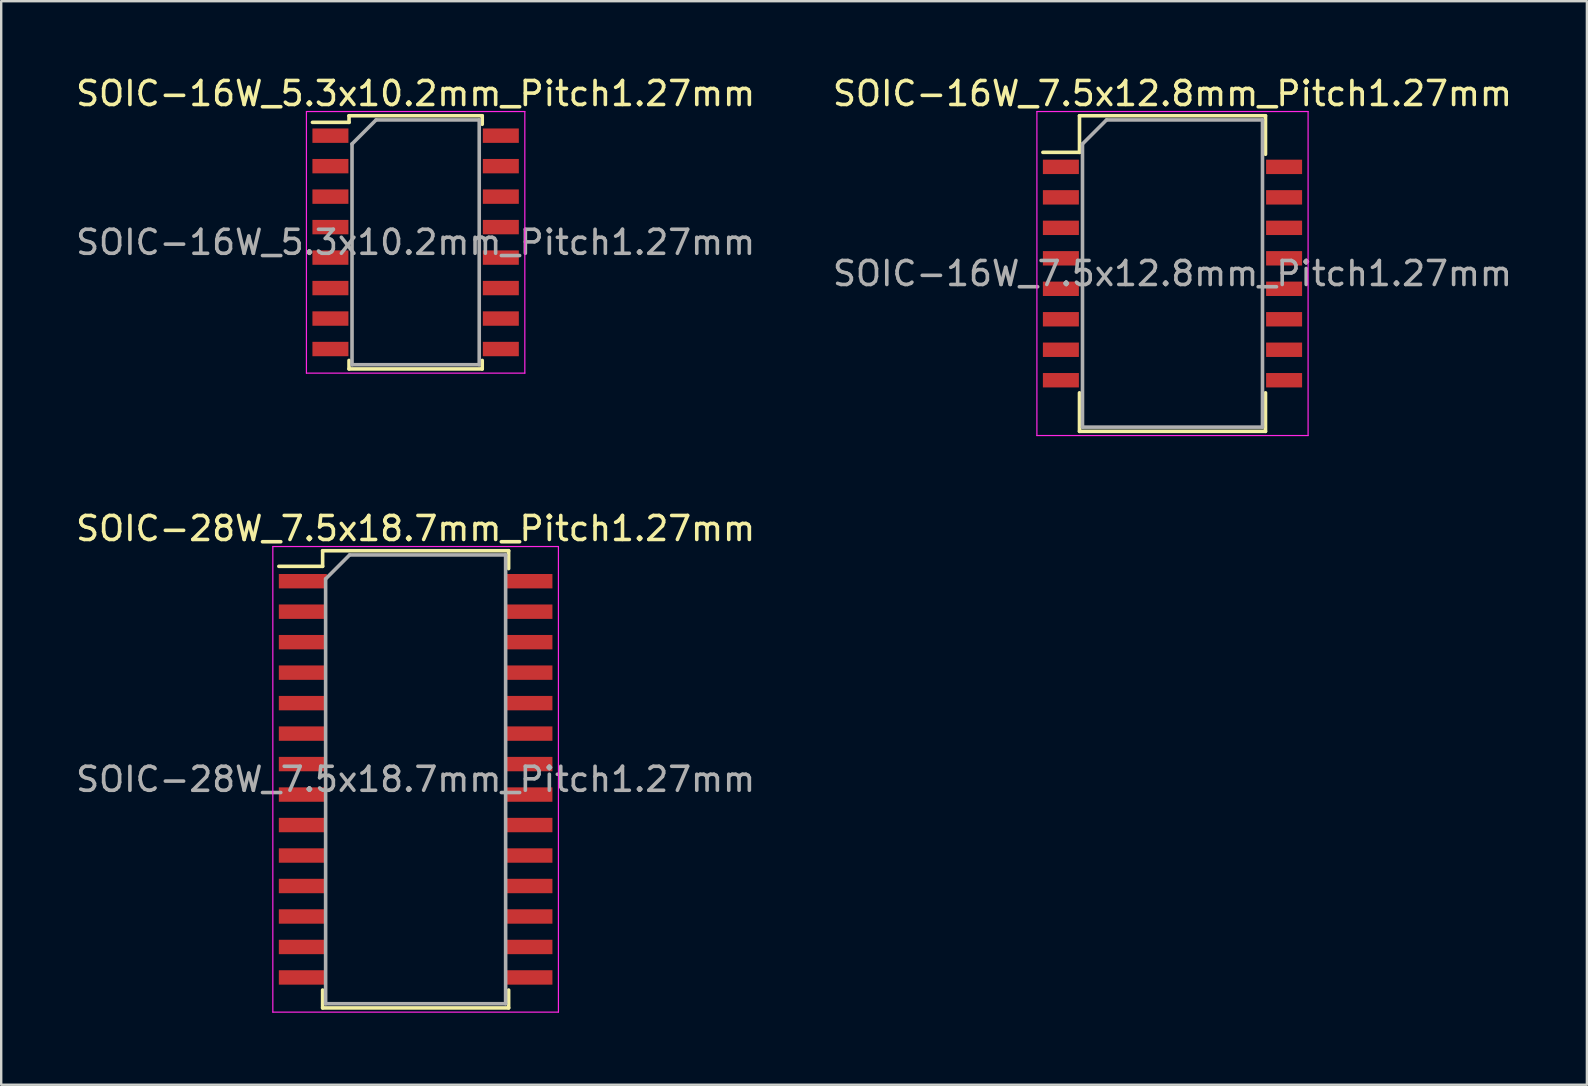
<source format=kicad_pcb>
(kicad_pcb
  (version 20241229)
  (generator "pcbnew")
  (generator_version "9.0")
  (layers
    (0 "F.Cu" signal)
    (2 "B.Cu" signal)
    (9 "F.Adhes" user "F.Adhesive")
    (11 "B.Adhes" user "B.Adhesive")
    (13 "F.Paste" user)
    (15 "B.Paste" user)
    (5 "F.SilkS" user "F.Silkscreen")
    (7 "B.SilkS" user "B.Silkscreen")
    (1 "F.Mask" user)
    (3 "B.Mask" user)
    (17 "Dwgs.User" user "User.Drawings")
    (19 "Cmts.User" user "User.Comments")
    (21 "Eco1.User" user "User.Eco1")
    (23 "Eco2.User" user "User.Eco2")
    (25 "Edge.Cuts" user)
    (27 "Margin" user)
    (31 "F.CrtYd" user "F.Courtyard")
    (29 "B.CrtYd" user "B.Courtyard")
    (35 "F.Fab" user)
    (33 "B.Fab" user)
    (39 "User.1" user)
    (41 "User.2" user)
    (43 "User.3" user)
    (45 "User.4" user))
  (footprint "SOIC-28W_7.5x18.7mm_Pitch1.27mm"
    (layer "F.Cu")
    (at 14.268 29.422)
    (property "Reference" "SOIC-28W_7.5x18.7mm_Pitch1.27mm" (at 0 -10.45 0) (layer "F.SilkS") (effects (font (size 1 1) (thickness 0.15))))
    (attr smd)
    (fp_line (start -3.875 -9.525) (end -3.875 -8.875) (stroke (width 0.15) (type solid)) (layer "F.SilkS"))
    (fp_line (start -3.875 -9.525) (end 3.875 -9.525) (stroke (width 0.15) (type solid)) (layer "F.SilkS"))
    (fp_line (start -3.875 -8.875) (end -5.7 -8.875) (stroke (width 0.15) (type solid)) (layer "F.SilkS"))
    (fp_line (start -3.875 9.525) (end -3.875 8.78) (stroke (width 0.15) (type solid)) (layer "F.SilkS"))
    (fp_line (start -3.875 9.525) (end 3.875 9.525) (stroke (width 0.15) (type solid)) (layer "F.SilkS"))
    (fp_line (start 3.875 -9.525) (end 3.875 -8.78) (stroke (width 0.15) (type solid)) (layer "F.SilkS"))
    (fp_line (start 3.875 9.525) (end 3.875 8.78) (stroke (width 0.15) (type solid)) (layer "F.SilkS"))
    (fp_line (start -5.95 -9.7) (end -5.95 9.7) (stroke (width 0.05) (type solid)) (layer "F.CrtYd"))
    (fp_line (start -5.95 -9.7) (end 5.95 -9.7) (stroke (width 0.05) (type solid)) (layer "F.CrtYd"))
    (fp_line (start -5.95 9.7) (end 5.95 9.7) (stroke (width 0.05) (type solid)) (layer "F.CrtYd"))
    (fp_line (start 5.95 -9.7) (end 5.95 9.7) (stroke (width 0.05) (type solid)) (layer "F.CrtYd"))
    (fp_line (start -3.75 -8.35) (end -2.75 -9.35) (stroke (width 0.15) (type solid)) (layer "F.Fab"))
    (fp_line (start -3.75 9.35) (end -3.75 -8.35) (stroke (width 0.15) (type solid)) (layer "F.Fab"))
    (fp_line (start -2.75 -9.35) (end 3.75 -9.35) (stroke (width 0.15) (type solid)) (layer "F.Fab"))
    (fp_line (start 3.75 -9.35) (end 3.75 9.35) (stroke (width 0.15) (type solid)) (layer "F.Fab"))
    (fp_line (start 3.75 9.35) (end -3.75 9.35) (stroke (width 0.15) (type solid)) (layer "F.Fab"))
    (fp_text user "${REFERENCE}" (at 0 0 0) (layer "F.Fab") (effects (font (size 1 1) (thickness 0.15))))
    (pad "1" smd rect (at -4.7 -8.255) (size 2 0.6) (layers "F.Cu" "F.Mask" "F.Paste"))
    (pad "2" smd rect (at -4.7 -6.985) (size 2 0.6) (layers "F.Cu" "F.Mask" "F.Paste"))
    (pad "3" smd rect (at -4.7 -5.715) (size 2 0.6) (layers "F.Cu" "F.Mask" "F.Paste"))
    (pad "4" smd rect (at -4.7 -4.445) (size 2 0.6) (layers "F.Cu" "F.Mask" "F.Paste"))
    (pad "5" smd rect (at -4.7 -3.175) (size 2 0.6) (layers "F.Cu" "F.Mask" "F.Paste"))
    (pad "6" smd rect (at -4.7 -1.905) (size 2 0.6) (layers "F.Cu" "F.Mask" "F.Paste"))
    (pad "7" smd rect (at -4.7 -0.635) (size 2 0.6) (layers "F.Cu" "F.Mask" "F.Paste"))
    (pad "8" smd rect (at -4.7 0.635) (size 2 0.6) (layers "F.Cu" "F.Mask" "F.Paste"))
    (pad "9" smd rect (at -4.7 1.905) (size 2 0.6) (layers "F.Cu" "F.Mask" "F.Paste"))
    (pad "10" smd rect (at -4.7 3.175) (size 2 0.6) (layers "F.Cu" "F.Mask" "F.Paste"))
    (pad "11" smd rect (at -4.7 4.445) (size 2 0.6) (layers "F.Cu" "F.Mask" "F.Paste"))
    (pad "12" smd rect (at -4.7 5.715) (size 2 0.6) (layers "F.Cu" "F.Mask" "F.Paste"))
    (pad "13" smd rect (at -4.7 6.985) (size 2 0.6) (layers "F.Cu" "F.Mask" "F.Paste"))
    (pad "14" smd rect (at -4.7 8.255) (size 2 0.6) (layers "F.Cu" "F.Mask" "F.Paste"))
    (pad "15" smd rect (at 4.7 8.255) (size 2 0.6) (layers "F.Cu" "F.Mask" "F.Paste"))
    (pad "16" smd rect (at 4.7 6.985) (size 2 0.6) (layers "F.Cu" "F.Mask" "F.Paste"))
    (pad "17" smd rect (at 4.7 5.715) (size 2 0.6) (layers "F.Cu" "F.Mask" "F.Paste"))
    (pad "18" smd rect (at 4.7 4.445) (size 2 0.6) (layers "F.Cu" "F.Mask" "F.Paste"))
    (pad "19" smd rect (at 4.7 3.175) (size 2 0.6) (layers "F.Cu" "F.Mask" "F.Paste"))
    (pad "20" smd rect (at 4.7 1.905) (size 2 0.6) (layers "F.Cu" "F.Mask" "F.Paste"))
    (pad "21" smd rect (at 4.7 0.635) (size 2 0.6) (layers "F.Cu" "F.Mask" "F.Paste"))
    (pad "22" smd rect (at 4.7 -0.635) (size 2 0.6) (layers "F.Cu" "F.Mask" "F.Paste"))
    (pad "23" smd rect (at 4.7 -1.905) (size 2 0.6) (layers "F.Cu" "F.Mask" "F.Paste"))
    (pad "24" smd rect (at 4.7 -3.175) (size 2 0.6) (layers "F.Cu" "F.Mask" "F.Paste"))
    (pad "25" smd rect (at 4.7 -4.445) (size 2 0.6) (layers "F.Cu" "F.Mask" "F.Paste"))
    (pad "26" smd rect (at 4.7 -5.715) (size 2 0.6) (layers "F.Cu" "F.Mask" "F.Paste"))
    (pad "27" smd rect (at 4.7 -6.985) (size 2 0.6) (layers "F.Cu" "F.Mask" "F.Paste"))
    (pad "28" smd rect (at 4.7 -8.255) (size 2 0.6) (layers "F.Cu" "F.Mask" "F.Paste")))
  (footprint "SOIC-16W_5.3x10.2mm_Pitch1.27mm"
    (layer "F.Cu")
    (at 14.268 7.048)
    (property "Reference" "SOIC-16W_5.3x10.2mm_Pitch1.27mm" (at 0 -6.2 0) (layer "F.SilkS") (effects (font (size 1 1) (thickness 0.15))))
    (attr smd)
    (fp_line (start -2.775 -5.275) (end -2.775 -5) (stroke (width 0.15) (type solid)) (layer "F.SilkS"))
    (fp_line (start -2.775 -5.275) (end 2.775 -5.275) (stroke (width 0.15) (type solid)) (layer "F.SilkS"))
    (fp_line (start -2.775 -5) (end -4.3 -5) (stroke (width 0.15) (type solid)) (layer "F.SilkS"))
    (fp_line (start -2.775 5.275) (end -2.775 4.92) (stroke (width 0.15) (type solid)) (layer "F.SilkS"))
    (fp_line (start -2.775 5.275) (end 2.775 5.275) (stroke (width 0.15) (type solid)) (layer "F.SilkS"))
    (fp_line (start 2.775 -5.275) (end 2.775 -4.92) (stroke (width 0.15) (type solid)) (layer "F.SilkS"))
    (fp_line (start 2.775 5.275) (end 2.775 4.92) (stroke (width 0.15) (type solid)) (layer "F.SilkS"))
    (fp_line (start -4.55 -5.45) (end -4.55 5.45) (stroke (width 0.05) (type solid)) (layer "F.CrtYd"))
    (fp_line (start -4.55 -5.45) (end 4.55 -5.45) (stroke (width 0.05) (type solid)) (layer "F.CrtYd"))
    (fp_line (start -4.55 5.45) (end 4.55 5.45) (stroke (width 0.05) (type solid)) (layer "F.CrtYd"))
    (fp_line (start 4.55 -5.45) (end 4.55 5.45) (stroke (width 0.05) (type solid)) (layer "F.CrtYd"))
    (fp_line (start -2.65 -4.1) (end -1.65 -5.1) (stroke (width 0.15) (type solid)) (layer "F.Fab"))
    (fp_line (start -2.65 5.1) (end -2.65 -4.1) (stroke (width 0.15) (type solid)) (layer "F.Fab"))
    (fp_line (start -1.65 -5.1) (end 2.65 -5.1) (stroke (width 0.15) (type solid)) (layer "F.Fab"))
    (fp_line (start 2.65 -5.1) (end 2.65 5.1) (stroke (width 0.15) (type solid)) (layer "F.Fab"))
    (fp_line (start 2.65 5.1) (end -2.65 5.1) (stroke (width 0.15) (type solid)) (layer "F.Fab"))
    (fp_text user "${REFERENCE}" (at 0 0 0) (layer "F.Fab") (effects (font (size 1 1) (thickness 0.15))))
    (pad "1" smd rect (at -3.55 -4.445) (size 1.5 0.6) (layers "F.Cu" "F.Mask" "F.Paste"))
    (pad "2" smd rect (at -3.55 -3.175) (size 1.5 0.6) (layers "F.Cu" "F.Mask" "F.Paste"))
    (pad "3" smd rect (at -3.55 -1.905) (size 1.5 0.6) (layers "F.Cu" "F.Mask" "F.Paste"))
    (pad "4" smd rect (at -3.55 -0.635) (size 1.5 0.6) (layers "F.Cu" "F.Mask" "F.Paste"))
    (pad "5" smd rect (at -3.55 0.635) (size 1.5 0.6) (layers "F.Cu" "F.Mask" "F.Paste"))
    (pad "6" smd rect (at -3.55 1.905) (size 1.5 0.6) (layers "F.Cu" "F.Mask" "F.Paste"))
    (pad "7" smd rect (at -3.55 3.175) (size 1.5 0.6) (layers "F.Cu" "F.Mask" "F.Paste"))
    (pad "8" smd rect (at -3.55 4.445) (size 1.5 0.6) (layers "F.Cu" "F.Mask" "F.Paste"))
    (pad "9" smd rect (at 3.55 4.445) (size 1.5 0.6) (layers "F.Cu" "F.Mask" "F.Paste"))
    (pad "10" smd rect (at 3.55 3.175) (size 1.5 0.6) (layers "F.Cu" "F.Mask" "F.Paste"))
    (pad "11" smd rect (at 3.55 1.905) (size 1.5 0.6) (layers "F.Cu" "F.Mask" "F.Paste"))
    (pad "12" smd rect (at 3.55 0.635) (size 1.5 0.6) (layers "F.Cu" "F.Mask" "F.Paste"))
    (pad "13" smd rect (at 3.55 -0.635) (size 1.5 0.6) (layers "F.Cu" "F.Mask" "F.Paste"))
    (pad "14" smd rect (at 3.55 -1.905) (size 1.5 0.6) (layers "F.Cu" "F.Mask" "F.Paste"))
    (pad "15" smd rect (at 3.55 -3.175) (size 1.5 0.6) (layers "F.Cu" "F.Mask" "F.Paste"))
    (pad "16" smd rect (at 3.55 -4.445) (size 1.5 0.6) (layers "F.Cu" "F.Mask" "F.Paste")))
  (footprint "SOIC-16W_7.5x12.8mm_Pitch1.27mm"
    (layer "F.Cu")
    (at 45.804 8.348)
    (property "Reference" "SOIC-16W_7.5x12.8mm_Pitch1.27mm" (at 0 -7.5 0) (layer "F.SilkS") (effects (font (size 1 1) (thickness 0.15))))
    (attr smd)
    (fp_line (start -3.875 -6.575) (end -3.875 -5.05) (stroke (width 0.15) (type solid)) (layer "F.SilkS"))
    (fp_line (start -3.875 -6.575) (end 3.875 -6.575) (stroke (width 0.15) (type solid)) (layer "F.SilkS"))
    (fp_line (start -3.875 -5.05) (end -5.4 -5.05) (stroke (width 0.15) (type solid)) (layer "F.SilkS"))
    (fp_line (start -3.875 6.575) (end -3.875 4.97) (stroke (width 0.15) (type solid)) (layer "F.SilkS"))
    (fp_line (start -3.875 6.575) (end 3.875 6.575) (stroke (width 0.15) (type solid)) (layer "F.SilkS"))
    (fp_line (start 3.875 -6.575) (end 3.875 -4.97) (stroke (width 0.15) (type solid)) (layer "F.SilkS"))
    (fp_line (start 3.875 6.575) (end 3.875 4.97) (stroke (width 0.15) (type solid)) (layer "F.SilkS"))
    (fp_line (start -5.65 -6.75) (end -5.65 6.75) (stroke (width 0.05) (type solid)) (layer "F.CrtYd"))
    (fp_line (start -5.65 -6.75) (end 5.65 -6.75) (stroke (width 0.05) (type solid)) (layer "F.CrtYd"))
    (fp_line (start -5.65 6.75) (end 5.65 6.75) (stroke (width 0.05) (type solid)) (layer "F.CrtYd"))
    (fp_line (start 5.65 -6.75) (end 5.65 6.75) (stroke (width 0.05) (type solid)) (layer "F.CrtYd"))
    (fp_line (start -3.75 -5.4) (end -2.75 -6.4) (stroke (width 0.15) (type solid)) (layer "F.Fab"))
    (fp_line (start -3.75 6.4) (end -3.75 -5.4) (stroke (width 0.15) (type solid)) (layer "F.Fab"))
    (fp_line (start -2.75 -6.4) (end 3.75 -6.4) (stroke (width 0.15) (type solid)) (layer "F.Fab"))
    (fp_line (start 3.75 -6.4) (end 3.75 6.4) (stroke (width 0.15) (type solid)) (layer "F.Fab"))
    (fp_line (start 3.75 6.4) (end -3.75 6.4) (stroke (width 0.15) (type solid)) (layer "F.Fab"))
    (fp_text user "${REFERENCE}" (at 0 0 0) (layer "F.Fab") (effects (font (size 1 1) (thickness 0.15))))
    (pad "1" smd rect (at -4.65 -4.445) (size 1.5 0.6) (layers "F.Cu" "F.Mask" "F.Paste"))
    (pad "2" smd rect (at -4.65 -3.175) (size 1.5 0.6) (layers "F.Cu" "F.Mask" "F.Paste"))
    (pad "3" smd rect (at -4.65 -1.905) (size 1.5 0.6) (layers "F.Cu" "F.Mask" "F.Paste"))
    (pad "4" smd rect (at -4.65 -0.635) (size 1.5 0.6) (layers "F.Cu" "F.Mask" "F.Paste"))
    (pad "5" smd rect (at -4.65 0.635) (size 1.5 0.6) (layers "F.Cu" "F.Mask" "F.Paste"))
    (pad "6" smd rect (at -4.65 1.905) (size 1.5 0.6) (layers "F.Cu" "F.Mask" "F.Paste"))
    (pad "7" smd rect (at -4.65 3.175) (size 1.5 0.6) (layers "F.Cu" "F.Mask" "F.Paste"))
    (pad "8" smd rect (at -4.65 4.445) (size 1.5 0.6) (layers "F.Cu" "F.Mask" "F.Paste"))
    (pad "9" smd rect (at 4.65 4.445) (size 1.5 0.6) (layers "F.Cu" "F.Mask" "F.Paste"))
    (pad "10" smd rect (at 4.65 3.175) (size 1.5 0.6) (layers "F.Cu" "F.Mask" "F.Paste"))
    (pad "11" smd rect (at 4.65 1.905) (size 1.5 0.6) (layers "F.Cu" "F.Mask" "F.Paste"))
    (pad "12" smd rect (at 4.65 0.635) (size 1.5 0.6) (layers "F.Cu" "F.Mask" "F.Paste"))
    (pad "13" smd rect (at 4.65 -0.635) (size 1.5 0.6) (layers "F.Cu" "F.Mask" "F.Paste"))
    (pad "14" smd rect (at 4.65 -1.905) (size 1.5 0.6) (layers "F.Cu" "F.Mask" "F.Paste"))
    (pad "15" smd rect (at 4.65 -3.175) (size 1.5 0.6) (layers "F.Cu" "F.Mask" "F.Paste"))
    (pad "16" smd rect (at 4.65 -4.445) (size 1.5 0.6) (layers "F.Cu" "F.Mask" "F.Paste")))
  (gr_rect
    (start -3 -3)
    (end 63.071 42.147)
    (stroke (width 0.1) (type default))
    (fill no)
    (layer "Edge.Cuts")))
</source>
